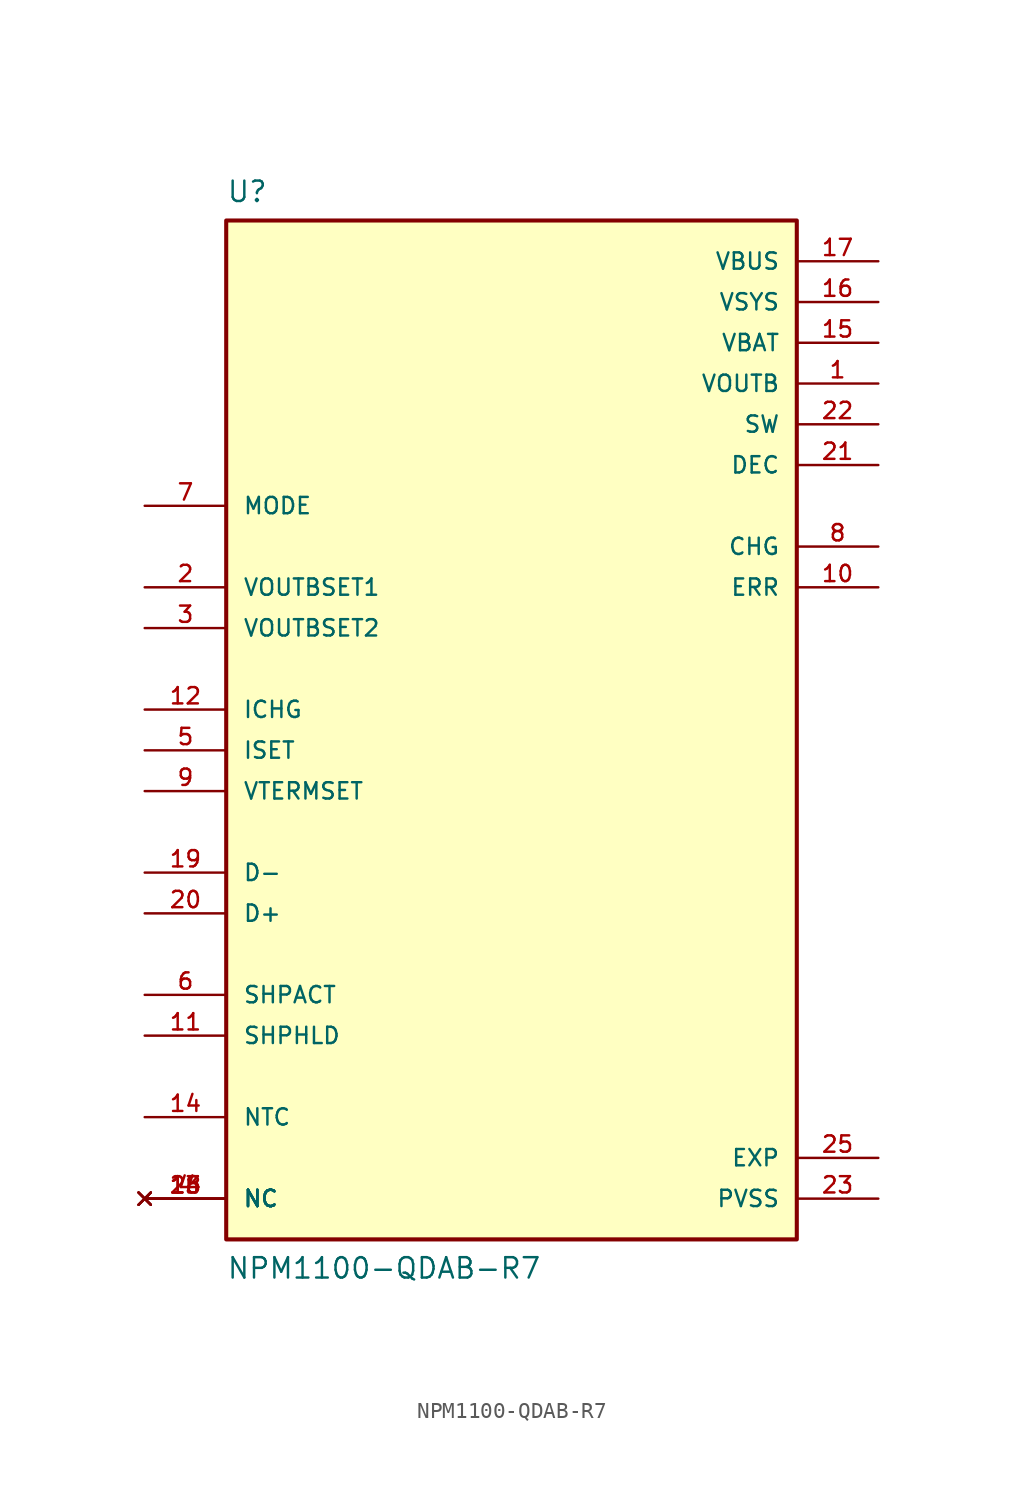
<source format=kicad_sym>
(kicad_symbol_lib
  (version 20211014)
  (generator kicad_symbol_editor)
  (symbol "NPM1100-QDAB-R7"
    (pin_names
      (offset 1.016))
    (property "Reference" "U"
      (at -17.78 35.56 0)
      (effects (font (size 1.27 1.27)) (justify top left)))
    (property "Value" "NPM1100-QDAB-R7"
      (at -17.78 -33.02 0)
      (effects (font (size 1.27 1.27)) (justify bottom left)))
    (symbol "NPM1100-QDAB-R7_0_0"
      (rectangle (start -17.78 -30.48) (end 17.78 33.02) (stroke (width 0.254)) (fill (type background)))
      (pin power_in line (at 22.86 22.86 180.0) (length 5.08) (name "VOUTB" (effects (font (size 1.016 1.016)))) (number "1" (effects (font (size 1.016 1.016)))))
      (pin bidirectional line (at -22.86 10.16 0) (length 5.08) (name "VOUTBSET1" (effects (font (size 1.016 1.016)))) (number "2" (effects (font (size 1.016 1.016)))))
      (pin bidirectional line (at -22.86 7.62 0) (length 5.08) (name "VOUTBSET2" (effects (font (size 1.016 1.016)))) (number "3" (effects (font (size 1.016 1.016)))))
      (pin no_connect line (at -22.86 -27.94 0) (length 5.08) (name "NC" (effects (font (size 1.016 1.016)))) (number "4" (effects (font (size 1.016 1.016)))))
      (pin no_connect line (at -22.86 -27.94 0) (length 5.08) (name "NC" (effects (font (size 1.016 1.016)))) (number "13" (effects (font (size 1.016 1.016)))))
      (pin no_connect line (at -22.86 -27.94 0) (length 5.08) (name "NC" (effects (font (size 1.016 1.016)))) (number "18" (effects (font (size 1.016 1.016)))))
      (pin no_connect line (at -22.86 -27.94 0) (length 5.08) (name "NC" (effects (font (size 1.016 1.016)))) (number "24" (effects (font (size 1.016 1.016)))))
      (pin bidirectional line (at -22.86 0.0 0) (length 5.08) (name "ISET" (effects (font (size 1.016 1.016)))) (number "5" (effects (font (size 1.016 1.016)))))
      (pin bidirectional line (at -22.86 -15.24 0) (length 5.08) (name "SHPACT" (effects (font (size 1.016 1.016)))) (number "6" (effects (font (size 1.016 1.016)))))
      (pin bidirectional line (at -22.86 15.24 0) (length 5.08) (name "MODE" (effects (font (size 1.016 1.016)))) (number "7" (effects (font (size 1.016 1.016)))))
      (pin output line (at 22.86 12.7 180.0) (length 5.08) (name "CHG" (effects (font (size 1.016 1.016)))) (number "8" (effects (font (size 1.016 1.016)))))
      (pin bidirectional line (at -22.86 -2.54 0) (length 5.08) (name "VTERMSET" (effects (font (size 1.016 1.016)))) (number "9" (effects (font (size 1.016 1.016)))))
      (pin output line (at 22.86 10.16 180.0) (length 5.08) (name "ERR" (effects (font (size 1.016 1.016)))) (number "10" (effects (font (size 1.016 1.016)))))
      (pin bidirectional line (at -22.86 -17.78 0) (length 5.08) (name "SHPHLD" (effects (font (size 1.016 1.016)))) (number "11" (effects (font (size 1.016 1.016)))))
      (pin input line (at -22.86 2.54 0) (length 5.08) (name "ICHG" (effects (font (size 1.016 1.016)))) (number "12" (effects (font (size 1.016 1.016)))))
      (pin input line (at -22.86 -22.86 0) (length 5.08) (name "NTC" (effects (font (size 1.016 1.016)))) (number "14" (effects (font (size 1.016 1.016)))))
      (pin power_in line (at 22.86 25.4 180.0) (length 5.08) (name "VBAT" (effects (font (size 1.016 1.016)))) (number "15" (effects (font (size 1.016 1.016)))))
      (pin power_in line (at 22.86 27.94 180.0) (length 5.08) (name "VSYS" (effects (font (size 1.016 1.016)))) (number "16" (effects (font (size 1.016 1.016)))))
      (pin power_in line (at 22.86 30.48 180.0) (length 5.08) (name "VBUS" (effects (font (size 1.016 1.016)))) (number "17" (effects (font (size 1.016 1.016)))))
      (pin input line (at -22.86 -7.62 0) (length 5.08) (name "D-" (effects (font (size 1.016 1.016)))) (number "19" (effects (font (size 1.016 1.016)))))
      (pin input line (at -22.86 -10.16 0) (length 5.08) (name "D+" (effects (font (size 1.016 1.016)))) (number "20" (effects (font (size 1.016 1.016)))))
      (pin power_in line (at 22.86 17.78 180.0) (length 5.08) (name "DEC" (effects (font (size 1.016 1.016)))) (number "21" (effects (font (size 1.016 1.016)))))
      (pin power_in line (at 22.86 20.32 180.0) (length 5.08) (name "SW" (effects (font (size 1.016 1.016)))) (number "22" (effects (font (size 1.016 1.016)))))
      (pin power_in line (at 22.86 -27.94 180.0) (length 5.08) (name "PVSS" (effects (font (size 1.016 1.016)))) (number "23" (effects (font (size 1.016 1.016)))))
      (pin power_in line (at 22.86 -25.4 180.0) (length 5.08) (name "EXP" (effects (font (size 1.016 1.016)))) (number "25" (effects (font (size 1.016 1.016))))))))
</source>
